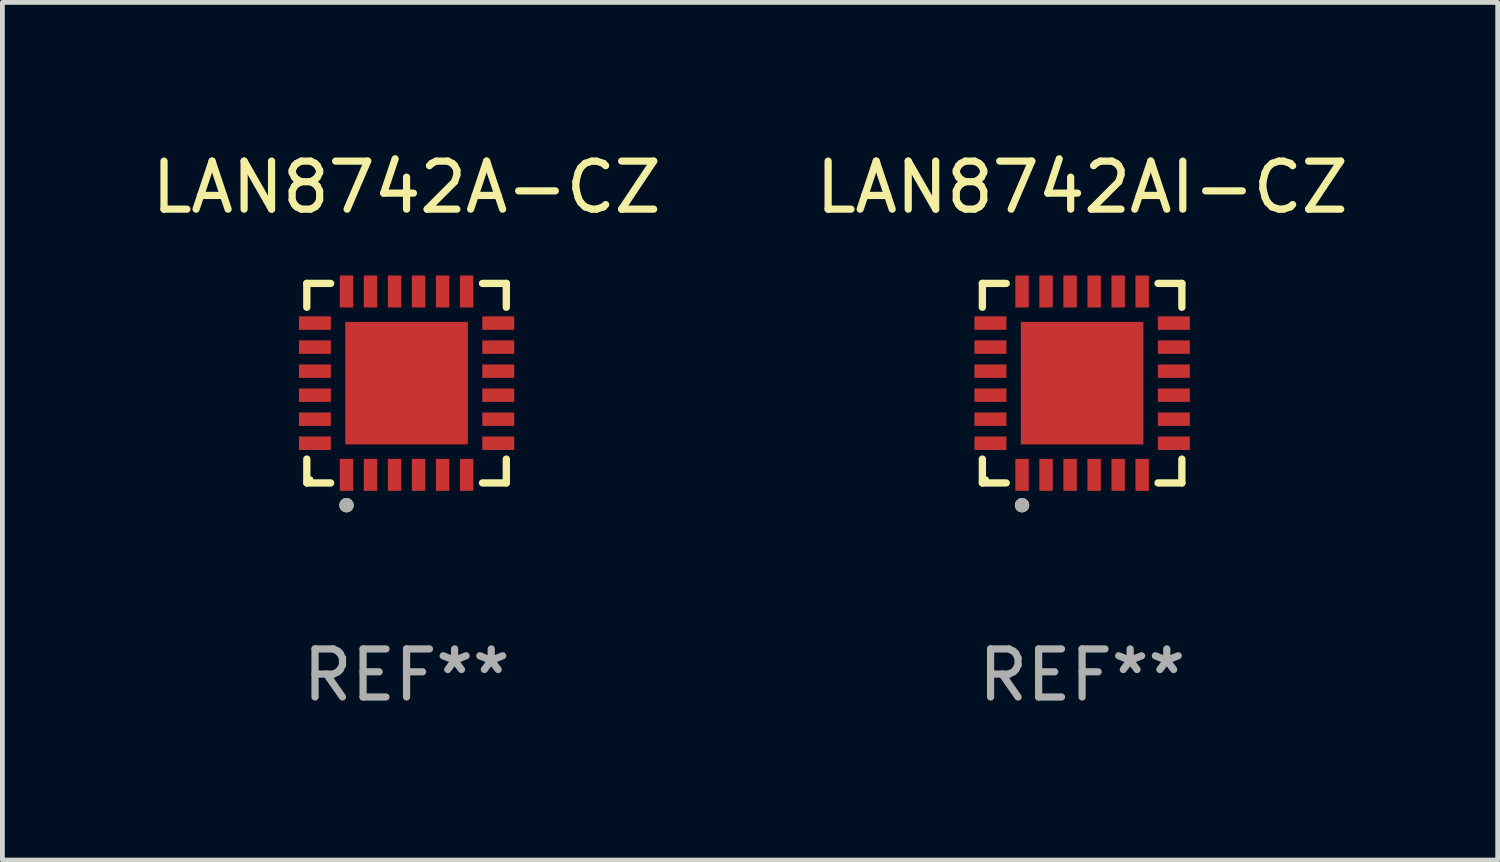
<source format=kicad_pcb>
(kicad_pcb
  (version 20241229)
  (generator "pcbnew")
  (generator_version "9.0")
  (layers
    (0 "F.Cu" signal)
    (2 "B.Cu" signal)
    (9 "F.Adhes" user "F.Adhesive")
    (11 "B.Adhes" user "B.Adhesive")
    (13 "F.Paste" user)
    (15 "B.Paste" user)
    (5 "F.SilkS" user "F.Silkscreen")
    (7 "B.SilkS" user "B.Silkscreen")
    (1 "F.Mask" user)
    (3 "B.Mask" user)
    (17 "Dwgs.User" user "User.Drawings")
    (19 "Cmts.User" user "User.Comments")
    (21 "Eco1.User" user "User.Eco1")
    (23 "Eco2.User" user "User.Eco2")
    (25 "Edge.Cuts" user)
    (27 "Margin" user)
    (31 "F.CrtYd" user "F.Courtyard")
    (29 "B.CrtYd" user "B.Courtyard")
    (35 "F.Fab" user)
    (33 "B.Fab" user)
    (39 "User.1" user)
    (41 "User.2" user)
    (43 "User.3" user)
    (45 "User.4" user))
  (footprint "LAN8742AI-CZ"
    (layer "F.Cu")
    (at 19.47 4.924)
    (property "Reference" "LAN8742AI-CZ" (at 0 -4.076 0) (layer "F.SilkS") (effects (font (size 1 1) (thickness 0.15))))
    (attr through_hole)
    (fp_line (start -2.076 -2.076) (end -1.58 -2.076) (stroke (width 0.152) (type solid)) (layer "F.SilkS"))
    (fp_line (start -2.076 -1.58) (end -2.076 -2.076) (stroke (width 0.152) (type solid)) (layer "F.SilkS"))
    (fp_line (start -2.076 1.58) (end -2.076 2.076) (stroke (width 0.152) (type solid)) (layer "F.SilkS"))
    (fp_line (start -2.076 2.076) (end -1.58 2.076) (stroke (width 0.152) (type solid)) (layer "F.SilkS"))
    (fp_line (start 2.076 -2.076) (end 1.58 -2.076) (stroke (width 0.152) (type solid)) (layer "F.SilkS"))
    (fp_line (start 2.076 -1.58) (end 2.076 -2.076) (stroke (width 0.152) (type solid)) (layer "F.SilkS"))
    (fp_line (start 2.076 1.58) (end 2.076 2.076) (stroke (width 0.152) (type solid)) (layer "F.SilkS"))
    (fp_line (start 2.076 2.076) (end 1.58 2.076) (stroke (width 0.152) (type solid)) (layer "F.SilkS"))
    (fp_circle (center -2 2) (end -1.97 2) (stroke (width 0.06) (type solid)) (fill no) (layer "F.SilkS"))
    (fp_circle (center -1.25 2.54) (end -1.175 2.54) (stroke (width 0.15) (type solid)) (fill no) (layer "F.SilkS"))
    (fp_circle (center -1.25 2.54) (end -1.175 2.54) (stroke (width 0.15) (type solid)) (fill no) (layer "F.Fab"))
    (fp_text user "REF**" (at 0 6.076 0) (layer "F.Fab") (effects (font (size 1 1) (thickness 0.15))))
    (pad "1" smd rect (at -1.25 1.908) (size 0.28 0.665) (layers "F.Cu" "F.Mask" "F.Paste"))
    (pad "2" smd rect (at -0.75 1.908) (size 0.28 0.665) (layers "F.Cu" "F.Mask" "F.Paste"))
    (pad "3" smd rect (at -0.25 1.908) (size 0.28 0.665) (layers "F.Cu" "F.Mask" "F.Paste"))
    (pad "4" smd rect (at 0.25 1.908) (size 0.28 0.665) (layers "F.Cu" "F.Mask" "F.Paste"))
    (pad "5" smd rect (at 0.75 1.908) (size 0.28 0.665) (layers "F.Cu" "F.Mask" "F.Paste"))
    (pad "6" smd rect (at 1.25 1.908) (size 0.28 0.665) (layers "F.Cu" "F.Mask" "F.Paste"))
    (pad "7" smd rect (at 1.908 1.25) (size 0.665 0.28) (layers "F.Cu" "F.Mask" "F.Paste"))
    (pad "8" smd rect (at 1.908 0.75) (size 0.665 0.28) (layers "F.Cu" "F.Mask" "F.Paste"))
    (pad "9" smd rect (at 1.908 0.25) (size 0.665 0.28) (layers "F.Cu" "F.Mask" "F.Paste"))
    (pad "10" smd rect (at 1.908 -0.25) (size 0.665 0.28) (layers "F.Cu" "F.Mask" "F.Paste"))
    (pad "11" smd rect (at 1.908 -0.75) (size 0.665 0.28) (layers "F.Cu" "F.Mask" "F.Paste"))
    (pad "12" smd rect (at 1.908 -1.25) (size 0.665 0.28) (layers "F.Cu" "F.Mask" "F.Paste"))
    (pad "13" smd rect (at 1.25 -1.908) (size 0.28 0.665) (layers "F.Cu" "F.Mask" "F.Paste"))
    (pad "14" smd rect (at 0.75 -1.908) (size 0.28 0.665) (layers "F.Cu" "F.Mask" "F.Paste"))
    (pad "15" smd rect (at 0.25 -1.908) (size 0.28 0.665) (layers "F.Cu" "F.Mask" "F.Paste"))
    (pad "16" smd rect (at -0.25 -1.908) (size 0.28 0.665) (layers "F.Cu" "F.Mask" "F.Paste"))
    (pad "17" smd rect (at -0.75 -1.908) (size 0.28 0.665) (layers "F.Cu" "F.Mask" "F.Paste"))
    (pad "18" smd rect (at -1.25 -1.908) (size 0.28 0.665) (layers "F.Cu" "F.Mask" "F.Paste"))
    (pad "19" smd rect (at -1.908 -1.25) (size 0.665 0.28) (layers "F.Cu" "F.Mask" "F.Paste"))
    (pad "20" smd rect (at -1.908 -0.75) (size 0.665 0.28) (layers "F.Cu" "F.Mask" "F.Paste"))
    (pad "21" smd rect (at -1.908 -0.25) (size 0.665 0.28) (layers "F.Cu" "F.Mask" "F.Paste"))
    (pad "22" smd rect (at -1.908 0.25) (size 0.665 0.28) (layers "F.Cu" "F.Mask" "F.Paste"))
    (pad "23" smd rect (at -1.908 0.75) (size 0.665 0.28) (layers "F.Cu" "F.Mask" "F.Paste"))
    (pad "24" smd rect (at -1.908 1.25) (size 0.665 0.28) (layers "F.Cu" "F.Mask" "F.Paste"))
    (pad "25" smd rect (at 0 0) (size 2.55 2.55) (layers "F.Cu" "F.Mask" "F.Paste")))
  (footprint "LAN8742A-CZ"
    (layer "F.Cu")
    (at 5.411 4.924)
    (property "Reference" "LAN8742A-CZ" (at 0 -4.076 0) (layer "F.SilkS") (effects (font (size 1 1) (thickness 0.15))))
    (attr through_hole)
    (fp_line (start -2.076 -2.076) (end -1.58 -2.076) (stroke (width 0.152) (type solid)) (layer "F.SilkS"))
    (fp_line (start -2.076 -1.58) (end -2.076 -2.076) (stroke (width 0.152) (type solid)) (layer "F.SilkS"))
    (fp_line (start -2.076 1.58) (end -2.076 2.076) (stroke (width 0.152) (type solid)) (layer "F.SilkS"))
    (fp_line (start -2.076 2.076) (end -1.58 2.076) (stroke (width 0.152) (type solid)) (layer "F.SilkS"))
    (fp_line (start 2.076 -2.076) (end 1.58 -2.076) (stroke (width 0.152) (type solid)) (layer "F.SilkS"))
    (fp_line (start 2.076 -1.58) (end 2.076 -2.076) (stroke (width 0.152) (type solid)) (layer "F.SilkS"))
    (fp_line (start 2.076 1.58) (end 2.076 2.076) (stroke (width 0.152) (type solid)) (layer "F.SilkS"))
    (fp_line (start 2.076 2.076) (end 1.58 2.076) (stroke (width 0.152) (type solid)) (layer "F.SilkS"))
    (fp_circle (center -2 2) (end -1.97 2) (stroke (width 0.06) (type solid)) (fill no) (layer "F.SilkS"))
    (fp_circle (center -1.25 2.54) (end -1.175 2.54) (stroke (width 0.15) (type solid)) (fill no) (layer "F.SilkS"))
    (fp_circle (center -1.25 2.54) (end -1.175 2.54) (stroke (width 0.15) (type solid)) (fill no) (layer "F.Fab"))
    (fp_text user "REF**" (at 0 6.076 0) (layer "F.Fab") (effects (font (size 1 1) (thickness 0.15))))
    (pad "1" smd rect (at -1.25 1.908) (size 0.28 0.665) (layers "F.Cu" "F.Mask" "F.Paste"))
    (pad "2" smd rect (at -0.75 1.908) (size 0.28 0.665) (layers "F.Cu" "F.Mask" "F.Paste"))
    (pad "3" smd rect (at -0.25 1.908) (size 0.28 0.665) (layers "F.Cu" "F.Mask" "F.Paste"))
    (pad "4" smd rect (at 0.25 1.908) (size 0.28 0.665) (layers "F.Cu" "F.Mask" "F.Paste"))
    (pad "5" smd rect (at 0.75 1.908) (size 0.28 0.665) (layers "F.Cu" "F.Mask" "F.Paste"))
    (pad "6" smd rect (at 1.25 1.908) (size 0.28 0.665) (layers "F.Cu" "F.Mask" "F.Paste"))
    (pad "7" smd rect (at 1.908 1.25) (size 0.665 0.28) (layers "F.Cu" "F.Mask" "F.Paste"))
    (pad "8" smd rect (at 1.908 0.75) (size 0.665 0.28) (layers "F.Cu" "F.Mask" "F.Paste"))
    (pad "9" smd rect (at 1.908 0.25) (size 0.665 0.28) (layers "F.Cu" "F.Mask" "F.Paste"))
    (pad "10" smd rect (at 1.908 -0.25) (size 0.665 0.28) (layers "F.Cu" "F.Mask" "F.Paste"))
    (pad "11" smd rect (at 1.908 -0.75) (size 0.665 0.28) (layers "F.Cu" "F.Mask" "F.Paste"))
    (pad "12" smd rect (at 1.908 -1.25) (size 0.665 0.28) (layers "F.Cu" "F.Mask" "F.Paste"))
    (pad "13" smd rect (at 1.25 -1.908) (size 0.28 0.665) (layers "F.Cu" "F.Mask" "F.Paste"))
    (pad "14" smd rect (at 0.75 -1.908) (size 0.28 0.665) (layers "F.Cu" "F.Mask" "F.Paste"))
    (pad "15" smd rect (at 0.25 -1.908) (size 0.28 0.665) (layers "F.Cu" "F.Mask" "F.Paste"))
    (pad "16" smd rect (at -0.25 -1.908) (size 0.28 0.665) (layers "F.Cu" "F.Mask" "F.Paste"))
    (pad "17" smd rect (at -0.75 -1.908) (size 0.28 0.665) (layers "F.Cu" "F.Mask" "F.Paste"))
    (pad "18" smd rect (at -1.25 -1.908) (size 0.28 0.665) (layers "F.Cu" "F.Mask" "F.Paste"))
    (pad "19" smd rect (at -1.908 -1.25) (size 0.665 0.28) (layers "F.Cu" "F.Mask" "F.Paste"))
    (pad "20" smd rect (at -1.908 -0.75) (size 0.665 0.28) (layers "F.Cu" "F.Mask" "F.Paste"))
    (pad "21" smd rect (at -1.908 -0.25) (size 0.665 0.28) (layers "F.Cu" "F.Mask" "F.Paste"))
    (pad "22" smd rect (at -1.908 0.25) (size 0.665 0.28) (layers "F.Cu" "F.Mask" "F.Paste"))
    (pad "23" smd rect (at -1.908 0.75) (size 0.665 0.28) (layers "F.Cu" "F.Mask" "F.Paste"))
    (pad "24" smd rect (at -1.908 1.25) (size 0.665 0.28) (layers "F.Cu" "F.Mask" "F.Paste"))
    (pad "25" smd rect (at 0 0) (size 2.55 2.55) (layers "F.Cu" "F.Mask" "F.Paste")))
  (gr_rect
    (start -3 -3)
    (end 28.119 14.849)
    (stroke (width 0.1) (type default))
    (fill no)
    (layer "Edge.Cuts")))
</source>
